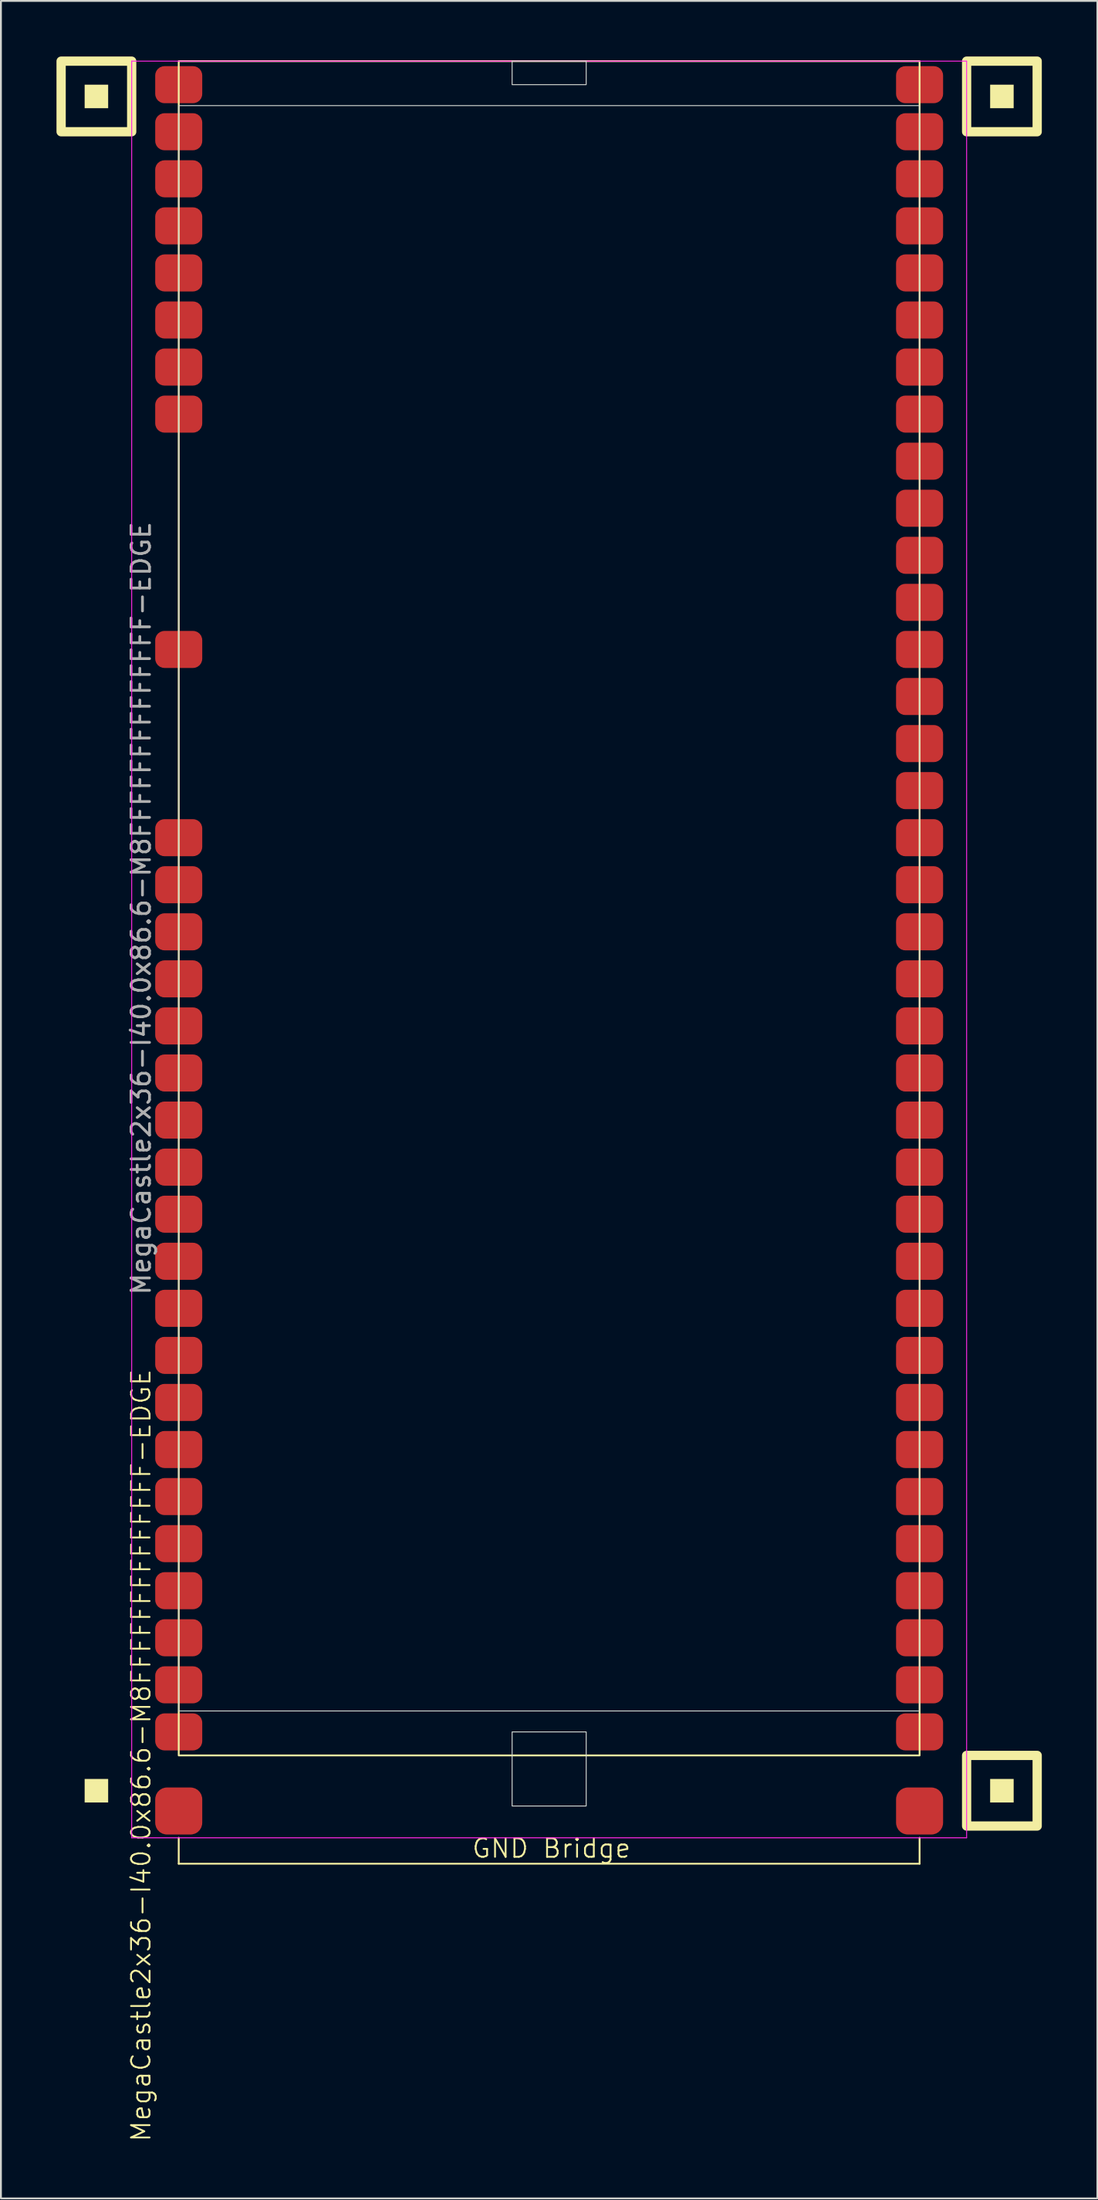
<source format=kicad_pcb>
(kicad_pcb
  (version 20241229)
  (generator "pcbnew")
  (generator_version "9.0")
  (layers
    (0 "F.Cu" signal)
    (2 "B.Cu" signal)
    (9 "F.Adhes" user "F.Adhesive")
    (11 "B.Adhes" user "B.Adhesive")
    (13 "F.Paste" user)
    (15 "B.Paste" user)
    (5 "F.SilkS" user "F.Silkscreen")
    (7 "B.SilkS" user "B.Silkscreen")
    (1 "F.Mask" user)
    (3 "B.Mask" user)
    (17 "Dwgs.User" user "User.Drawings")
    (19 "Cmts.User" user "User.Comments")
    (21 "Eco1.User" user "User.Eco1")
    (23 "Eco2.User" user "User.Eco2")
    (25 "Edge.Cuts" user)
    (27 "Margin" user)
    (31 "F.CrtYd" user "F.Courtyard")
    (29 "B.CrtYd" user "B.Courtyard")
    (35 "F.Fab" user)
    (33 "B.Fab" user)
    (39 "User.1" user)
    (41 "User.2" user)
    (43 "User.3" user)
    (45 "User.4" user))
  (footprint "MegaCastle2x36-I40.0x86.6-M8FFFFFFFFFFFFFF-EDGE"
    (layer "F.Cu")
    (at 26.6 45.97)
    (property "Reference" "MegaCastle2x36-I40.0x86.6-M8FFFFFFFFFFFFFF-EDGE" (at -22.032 45.72 90) (unlocked yes) (layer "F.SilkS") (effects (font (size 1 1) (thickness 0.1))))
    (attr smd)
    (fp_line (start -20 50.165) (end -20 51.565) (stroke (width 0.1) (type default)) (layer "F.SilkS"))
    (fp_line (start -20 51.565) (end 20 51.565) (stroke (width 0.1) (type default)) (layer "F.SilkS"))
    (fp_line (start 20 50.165) (end 20 51.565) (stroke (width 0.1) (type default)) (layer "F.SilkS"))
    (fp_rect (start -23.81 -43.18) (end -25.08 -44.45) (stroke (width 0) (type solid)) (fill yes) (layer "F.SilkS"))
    (fp_rect (start -23.81 48.26) (end -25.08 46.99) (stroke (width 0) (type solid)) (fill yes) (layer "F.SilkS"))
    (fp_rect (start -22.54 -41.91) (end -26.35 -45.72) (stroke (width 0.5) (type default)) (fill no) (layer "F.SilkS"))
    (fp_rect (start -20 -45.72) (end 20 45.72) (stroke (width 0.1) (type default)) (fill no) (layer "F.SilkS"))
    (fp_rect (start 25.08 -43.18) (end 23.81 -44.45) (stroke (width 0) (type solid)) (fill yes) (layer "F.SilkS"))
    (fp_rect (start 25.08 48.26) (end 23.81 46.99) (stroke (width 0) (type solid)) (fill yes) (layer "F.SilkS"))
    (fp_rect (start 26.35 -41.91) (end 22.54 -45.72) (stroke (width 0.5) (type default)) (fill no) (layer "F.SilkS"))
    (fp_rect (start 26.35 49.53) (end 22.54 45.72) (stroke (width 0.5) (type default)) (fill no) (layer "F.SilkS"))
    (fp_rect (start -20 -43.32) (end 20 43.32) (stroke (width 0.05) (type default)) (fill no) (layer "Edge.Cuts"))
    (fp_rect (start -2 -44.45) (end 2 -45.72) (stroke (width 0.05) (type default)) (fill no) (layer "Edge.Cuts"))
    (fp_rect (start -2 44.45) (end 2 48.45) (stroke (width 0.05) (type default)) (fill no) (layer "Edge.Cuts"))
    (fp_line (start -22.54 -45.72) (end -22.54 50.165) (stroke (width 0.05) (type default)) (layer "F.CrtYd"))
    (fp_line (start -22.54 50.165) (end 22.54 50.165) (stroke (width 0.05) (type default)) (layer "F.CrtYd"))
    (fp_line (start 22.54 -45.72) (end -22.54 -45.72) (stroke (width 0.05) (type default)) (layer "F.CrtYd"))
    (fp_line (start 22.54 -45.72) (end 22.54 50.165) (stroke (width 0.05) (type default)) (layer "F.CrtYd"))
    (fp_text user "GND Bridge" (at -4.226 51.32 0) (unlocked yes) (layer "F.SilkS") (effects (font (size 1 1) (thickness 0.1)) (justify left bottom)))
    (fp_text user "${REFERENCE}" (at -22.032 0 90) (unlocked yes) (layer "F.Fab") (effects (font (size 1 1) (thickness 0.15))))
    (pad "1" smd roundrect (at -20 -44.45) (size 2.54 2) (layers "F.Cu" "F.Mask" "F.Paste") (roundrect_rratio 0.25))
    (pad "2" smd roundrect (at -20 -41.91) (size 2.54 2) (layers "F.Cu" "F.Mask" "F.Paste") (roundrect_rratio 0.25))
    (pad "3" smd roundrect (at -20 -39.37) (size 2.54 2) (layers "F.Cu" "F.Mask" "F.Paste") (roundrect_rratio 0.25))
    (pad "4" smd roundrect (at -20 -36.83) (size 2.54 2) (layers "F.Cu" "F.Mask" "F.Paste") (roundrect_rratio 0.25))
    (pad "5" smd roundrect (at -20 -34.29) (size 2.54 2) (layers "F.Cu" "F.Mask" "F.Paste") (roundrect_rratio 0.25))
    (pad "6" smd roundrect (at -20 -31.75) (size 2.54 2) (layers "F.Cu" "F.Mask" "F.Paste") (roundrect_rratio 0.25))
    (pad "7" smd roundrect (at -20 -29.21) (size 2.54 2) (layers "F.Cu" "F.Mask" "F.Paste") (roundrect_rratio 0.25))
    (pad "8" smd roundrect (at -20 -26.67) (size 2.54 2) (layers "F.Cu" "F.Mask" "F.Paste") (roundrect_rratio 0.25))
    (pad "13" smd roundrect (at -20 -13.97) (size 2.54 2) (layers "F.Cu" "F.Mask" "F.Paste") (roundrect_rratio 0.25))
    (pad "17" smd roundrect (at -20 -3.81) (size 2.54 2) (layers "F.Cu" "F.Mask" "F.Paste") (roundrect_rratio 0.25))
    (pad "18" smd roundrect (at -20 -1.27) (size 2.54 2) (layers "F.Cu" "F.Mask" "F.Paste") (roundrect_rratio 0.25))
    (pad "19" smd roundrect (at -20 1.27) (size 2.54 2) (layers "F.Cu" "F.Mask" "F.Paste") (roundrect_rratio 0.25))
    (pad "20" smd roundrect (at -20 3.81) (size 2.54 2) (layers "F.Cu" "F.Mask" "F.Paste") (roundrect_rratio 0.25))
    (pad "21" smd roundrect (at -20 6.35) (size 2.54 2) (layers "F.Cu" "F.Mask" "F.Paste") (roundrect_rratio 0.25))
    (pad "22" smd roundrect (at -20 8.89) (size 2.54 2) (layers "F.Cu" "F.Mask" "F.Paste") (roundrect_rratio 0.25))
    (pad "23" smd roundrect (at -20 11.43) (size 2.54 2) (layers "F.Cu" "F.Mask" "F.Paste") (roundrect_rratio 0.25))
    (pad "24" smd roundrect (at -20 13.97) (size 2.54 2) (layers "F.Cu" "F.Mask" "F.Paste") (roundrect_rratio 0.25))
    (pad "25" smd roundrect (at -20 16.51) (size 2.54 2) (layers "F.Cu" "F.Mask" "F.Paste") (roundrect_rratio 0.25))
    (pad "26" smd roundrect (at -20 19.05) (size 2.54 2) (layers "F.Cu" "F.Mask" "F.Paste") (roundrect_rratio 0.25))
    (pad "27" smd roundrect (at -20 21.59) (size 2.54 2) (layers "F.Cu" "F.Mask" "F.Paste") (roundrect_rratio 0.25))
    (pad "28" smd roundrect (at -20 24.13) (size 2.54 2) (layers "F.Cu" "F.Mask" "F.Paste") (roundrect_rratio 0.25))
    (pad "29" smd roundrect (at -20 26.67) (size 2.54 2) (layers "F.Cu" "F.Mask" "F.Paste") (roundrect_rratio 0.25))
    (pad "30" smd roundrect (at -20 29.21) (size 2.54 2) (layers "F.Cu" "F.Mask" "F.Paste") (roundrect_rratio 0.25))
    (pad "31" smd roundrect (at -20 31.75) (size 2.54 2) (layers "F.Cu" "F.Mask" "F.Paste") (roundrect_rratio 0.25))
    (pad "32" smd roundrect (at -20 34.29) (size 2.54 2) (layers "F.Cu" "F.Mask" "F.Paste") (roundrect_rratio 0.25))
    (pad "33" smd roundrect (at -20 36.83) (size 2.54 2) (layers "F.Cu" "F.Mask" "F.Paste") (roundrect_rratio 0.25))
    (pad "34" smd roundrect (at -20 39.37) (size 2.54 2) (layers "F.Cu" "F.Mask" "F.Paste") (roundrect_rratio 0.25))
    (pad "35" smd roundrect (at -20 41.91) (size 2.54 2) (layers "F.Cu" "F.Mask" "F.Paste") (roundrect_rratio 0.25))
    (pad "36" smd roundrect (at -20 44.45) (size 2.54 2) (layers "F.Cu" "F.Mask" "F.Paste") (roundrect_rratio 0.25))
    (pad "37" smd roundrect (at 20 -44.45) (size 2.54 2) (layers "F.Cu" "F.Mask" "F.Paste") (roundrect_rratio 0.25))
    (pad "38" smd roundrect (at 20 -41.91) (size 2.54 2) (layers "F.Cu" "F.Mask" "F.Paste") (roundrect_rratio 0.25))
    (pad "39" smd roundrect (at 20 -39.37) (size 2.54 2) (layers "F.Cu" "F.Mask" "F.Paste") (roundrect_rratio 0.25))
    (pad "40" smd roundrect (at 20 -36.83) (size 2.54 2) (layers "F.Cu" "F.Mask" "F.Paste") (roundrect_rratio 0.25))
    (pad "41" smd roundrect (at 20 -34.29) (size 2.54 2) (layers "F.Cu" "F.Mask" "F.Paste") (roundrect_rratio 0.25))
    (pad "42" smd roundrect (at 20 -31.75) (size 2.54 2) (layers "F.Cu" "F.Mask" "F.Paste") (roundrect_rratio 0.25))
    (pad "43" smd roundrect (at 20 -29.21) (size 2.54 2) (layers "F.Cu" "F.Mask" "F.Paste") (roundrect_rratio 0.25))
    (pad "44" smd roundrect (at 20 -26.67) (size 2.54 2) (layers "F.Cu" "F.Mask" "F.Paste") (roundrect_rratio 0.25))
    (pad "45" smd roundrect (at 20 -24.13) (size 2.54 2) (layers "F.Cu" "F.Mask" "F.Paste") (roundrect_rratio 0.25))
    (pad "46" smd roundrect (at 20 -21.59) (size 2.54 2) (layers "F.Cu" "F.Mask" "F.Paste") (roundrect_rratio 0.25))
    (pad "47" smd roundrect (at 20 -19.05) (size 2.54 2) (layers "F.Cu" "F.Mask" "F.Paste") (roundrect_rratio 0.25))
    (pad "48" smd roundrect (at 20 -16.51) (size 2.54 2) (layers "F.Cu" "F.Mask" "F.Paste") (roundrect_rratio 0.25))
    (pad "49" smd roundrect (at 20 -13.97) (size 2.54 2) (layers "F.Cu" "F.Mask" "F.Paste") (roundrect_rratio 0.25))
    (pad "50" smd roundrect (at 20 -11.43) (size 2.54 2) (layers "F.Cu" "F.Mask" "F.Paste") (roundrect_rratio 0.25))
    (pad "51" smd roundrect (at 20 -8.89) (size 2.54 2) (layers "F.Cu" "F.Mask" "F.Paste") (roundrect_rratio 0.25))
    (pad "52" smd roundrect (at 20 -6.35) (size 2.54 2) (layers "F.Cu" "F.Mask" "F.Paste") (roundrect_rratio 0.25))
    (pad "53" smd roundrect (at 20 -3.81) (size 2.54 2) (layers "F.Cu" "F.Mask" "F.Paste") (roundrect_rratio 0.25))
    (pad "54" smd roundrect (at 20 -1.27) (size 2.54 2) (layers "F.Cu" "F.Mask" "F.Paste") (roundrect_rratio 0.25))
    (pad "55" smd roundrect (at 20 1.27) (size 2.54 2) (layers "F.Cu" "F.Mask" "F.Paste") (roundrect_rratio 0.25))
    (pad "56" smd roundrect (at 20 3.81) (size 2.54 2) (layers "F.Cu" "F.Mask" "F.Paste") (roundrect_rratio 0.25))
    (pad "57" smd roundrect (at 20 6.35) (size 2.54 2) (layers "F.Cu" "F.Mask" "F.Paste") (roundrect_rratio 0.25))
    (pad "58" smd roundrect (at 20 8.89) (size 2.54 2) (layers "F.Cu" "F.Mask" "F.Paste") (roundrect_rratio 0.25))
    (pad "59" smd roundrect (at 20 11.43) (size 2.54 2) (layers "F.Cu" "F.Mask" "F.Paste") (roundrect_rratio 0.25))
    (pad "60" smd roundrect (at 20 13.97) (size 2.54 2) (layers "F.Cu" "F.Mask" "F.Paste") (roundrect_rratio 0.25))
    (pad "61" smd roundrect (at 20 16.51) (size 2.54 2) (layers "F.Cu" "F.Mask" "F.Paste") (roundrect_rratio 0.25))
    (pad "62" smd roundrect (at 20 19.05) (size 2.54 2) (layers "F.Cu" "F.Mask" "F.Paste") (roundrect_rratio 0.25))
    (pad "63" smd roundrect (at 20 21.59) (size 2.54 2) (layers "F.Cu" "F.Mask" "F.Paste") (roundrect_rratio 0.25))
    (pad "64" smd roundrect (at 20 24.13) (size 2.54 2) (layers "F.Cu" "F.Mask" "F.Paste") (roundrect_rratio 0.25))
    (pad "65" smd roundrect (at 20 26.67) (size 2.54 2) (layers "F.Cu" "F.Mask" "F.Paste") (roundrect_rratio 0.25))
    (pad "66" smd roundrect (at 20 29.21) (size 2.54 2) (layers "F.Cu" "F.Mask" "F.Paste") (roundrect_rratio 0.25))
    (pad "67" smd roundrect (at 20 31.75) (size 2.54 2) (layers "F.Cu" "F.Mask" "F.Paste") (roundrect_rratio 0.25))
    (pad "68" smd roundrect (at 20 34.29) (size 2.54 2) (layers "F.Cu" "F.Mask" "F.Paste") (roundrect_rratio 0.25))
    (pad "69" smd roundrect (at 20 36.83) (size 2.54 2) (layers "F.Cu" "F.Mask" "F.Paste") (roundrect_rratio 0.25))
    (pad "70" smd roundrect (at 20 39.37) (size 2.54 2) (layers "F.Cu" "F.Mask" "F.Paste") (roundrect_rratio 0.25))
    (pad "71" smd roundrect (at 20 41.91) (size 2.54 2) (layers "F.Cu" "F.Mask" "F.Paste") (roundrect_rratio 0.25))
    (pad "72" smd roundrect (at 20 44.45) (size 2.54 2) (layers "F.Cu" "F.Mask" "F.Paste") (roundrect_rratio 0.25))
    (pad "B1" smd roundrect (at -20 48.72) (size 2.54 2.54) (layers "F.Cu" "F.Mask" "F.Paste") (roundrect_rratio 0.25))
    (pad "B2" smd roundrect (at 20 48.72) (size 2.54 2.54) (layers "F.Cu" "F.Mask" "F.Paste") (roundrect_rratio 0.25)))
  (gr_rect
    (start -3 -3)
    (end 56.2 115.597)
    (stroke (width 0.1) (type default))
    (fill no)
    (layer "Edge.Cuts")))
</source>
